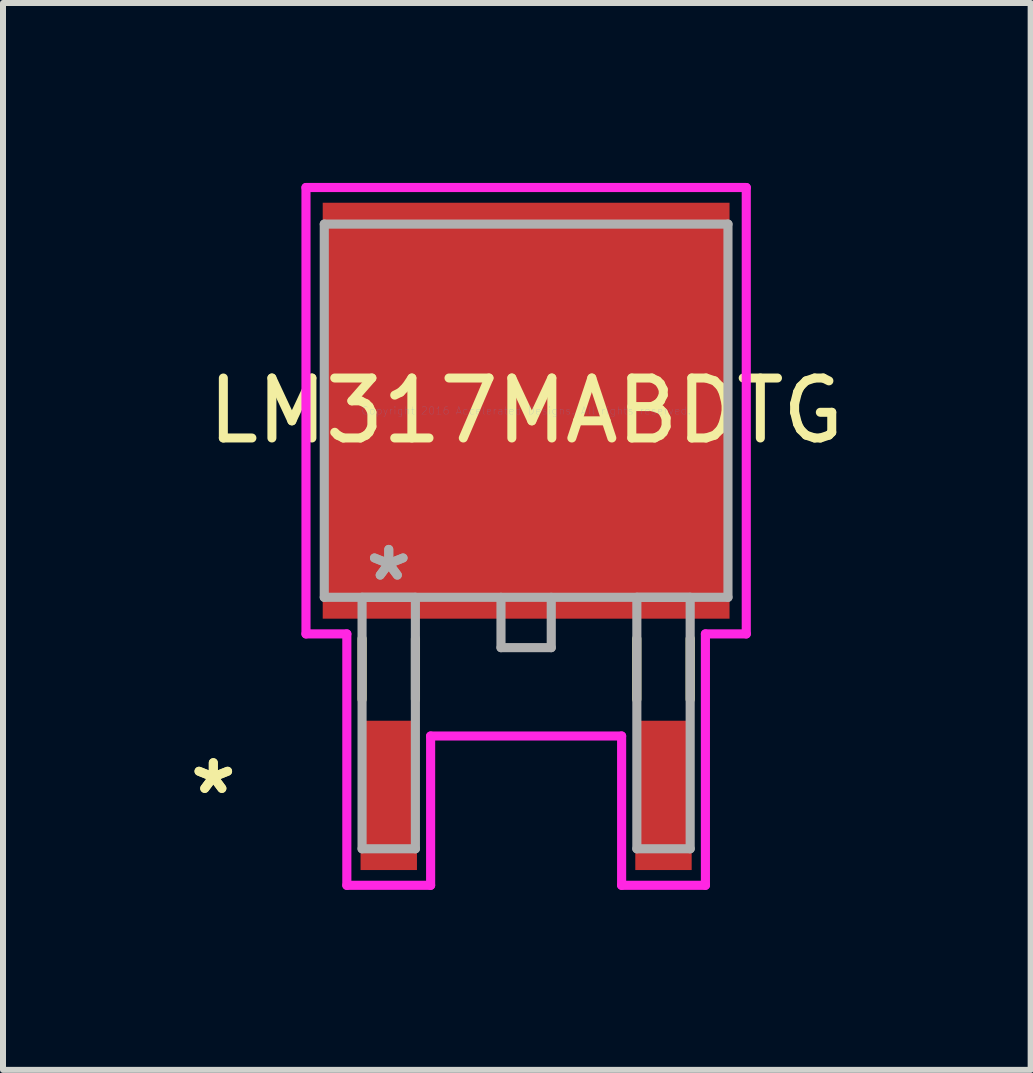
<source format=kicad_pcb>
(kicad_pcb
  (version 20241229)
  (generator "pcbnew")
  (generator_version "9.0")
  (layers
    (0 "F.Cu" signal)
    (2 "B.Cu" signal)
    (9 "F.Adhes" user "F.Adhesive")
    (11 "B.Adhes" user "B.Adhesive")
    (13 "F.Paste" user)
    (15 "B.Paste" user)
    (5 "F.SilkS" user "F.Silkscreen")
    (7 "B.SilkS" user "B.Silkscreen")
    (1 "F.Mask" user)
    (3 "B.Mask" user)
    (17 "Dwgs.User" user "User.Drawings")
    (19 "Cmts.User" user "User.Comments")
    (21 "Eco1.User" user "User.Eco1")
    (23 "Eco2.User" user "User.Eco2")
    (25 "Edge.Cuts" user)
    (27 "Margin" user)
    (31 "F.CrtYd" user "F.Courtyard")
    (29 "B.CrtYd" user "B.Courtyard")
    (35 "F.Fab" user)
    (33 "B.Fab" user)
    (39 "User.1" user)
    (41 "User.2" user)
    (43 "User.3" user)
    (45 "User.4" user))
  (footprint "LM317MABDTG"
    (layer "F.Cu")
    (at 5.721 3.797)
    (property "Reference" "LM317MABDTG" (at 0 0 0) (layer "F.SilkS") (effects (font (size 1 1) (thickness 0.15))))
    (attr through_hole)
    (fp_line (start -2.735 3.8) (end -2.735 4.813) (stroke (width 0.152) (type solid)) (layer "F.SilkS"))
    (fp_line (start -1.845 3.8) (end -1.845 4.813) (stroke (width 0.152) (type solid)) (layer "F.SilkS"))
    (fp_line (start 1.845 3.8) (end 1.845 4.813) (stroke (width 0.152) (type solid)) (layer "F.SilkS"))
    (fp_line (start 2.735 3.8) (end 2.735 4.813) (stroke (width 0.152) (type solid)) (layer "F.SilkS"))
    (fp_line (start -3.67 -3.721) (end 3.67 -3.721) (stroke (width 0.152) (type solid)) (layer "F.CrtYd"))
    (fp_line (start -3.67 3.721) (end -3.67 -3.721) (stroke (width 0.152) (type solid)) (layer "F.CrtYd"))
    (fp_line (start -2.989 3.721) (end -3.67 3.721) (stroke (width 0.152) (type solid)) (layer "F.CrtYd"))
    (fp_line (start -2.989 7.912) (end -2.989 3.721) (stroke (width 0.152) (type solid)) (layer "F.CrtYd"))
    (fp_line (start -1.592 5.423) (end -1.592 7.912) (stroke (width 0.152) (type solid)) (layer "F.CrtYd"))
    (fp_line (start -1.592 7.912) (end -2.989 7.912) (stroke (width 0.152) (type solid)) (layer "F.CrtYd"))
    (fp_line (start 1.592 5.423) (end -1.592 5.423) (stroke (width 0.152) (type solid)) (layer "F.CrtYd"))
    (fp_line (start 1.592 7.912) (end 1.592 5.423) (stroke (width 0.152) (type solid)) (layer "F.CrtYd"))
    (fp_line (start 2.989 3.721) (end 2.989 7.912) (stroke (width 0.152) (type solid)) (layer "F.CrtYd"))
    (fp_line (start 2.989 7.912) (end 1.592 7.912) (stroke (width 0.152) (type solid)) (layer "F.CrtYd"))
    (fp_line (start 3.67 -3.721) (end 3.67 3.721) (stroke (width 0.152) (type solid)) (layer "F.CrtYd"))
    (fp_line (start 3.67 3.721) (end 2.989 3.721) (stroke (width 0.152) (type solid)) (layer "F.CrtYd"))
    (fp_line (start -3.365 -3.111) (end -3.365 3.111) (stroke (width 0.152) (type solid)) (layer "F.Fab"))
    (fp_line (start -3.365 3.111) (end 3.365 3.111) (stroke (width 0.152) (type solid)) (layer "F.Fab"))
    (fp_line (start -2.735 3.111) (end -2.735 7.303) (stroke (width 0.152) (type solid)) (layer "F.Fab"))
    (fp_line (start -2.735 7.303) (end -1.846 7.303) (stroke (width 0.152) (type solid)) (layer "F.Fab"))
    (fp_line (start -1.846 3.111) (end -2.735 3.111) (stroke (width 0.152) (type solid)) (layer "F.Fab"))
    (fp_line (start -1.846 7.303) (end -1.846 3.111) (stroke (width 0.152) (type solid)) (layer "F.Fab"))
    (fp_line (start -0.419 3.111) (end -0.419 3.95) (stroke (width 0.152) (type solid)) (layer "F.Fab"))
    (fp_line (start -0.419 3.95) (end 0.419 3.95) (stroke (width 0.152) (type solid)) (layer "F.Fab"))
    (fp_line (start 0.419 3.95) (end 0.419 3.111) (stroke (width 0.152) (type solid)) (layer "F.Fab"))
    (fp_line (start 1.846 3.111) (end 1.846 7.303) (stroke (width 0.152) (type solid)) (layer "F.Fab"))
    (fp_line (start 1.846 7.303) (end 2.735 7.303) (stroke (width 0.152) (type solid)) (layer "F.Fab"))
    (fp_line (start 2.735 3.111) (end 1.846 3.111) (stroke (width 0.152) (type solid)) (layer "F.Fab"))
    (fp_line (start 2.735 7.303) (end 2.735 3.111) (stroke (width 0.152) (type solid)) (layer "F.Fab"))
    (fp_line (start 3.365 -3.111) (end -3.365 -3.111) (stroke (width 0.152) (type solid)) (layer "F.Fab"))
    (fp_line (start 3.365 3.111) (end 3.365 -3.111) (stroke (width 0.152) (type solid)) (layer "F.Fab"))
    (fp_text user "*" (at -5.215 6.413 0) (layer "F.SilkS") (effects (font (size 1 1) (thickness 0.15))))
    (fp_text user "*" (at -5.215 6.413 0) (layer "F.SilkS") (effects (font (size 1 1) (thickness 0.15))))
    (fp_text user "Copyright 2016 Accelerated Designs. All rights reserved." (at 0 0 0) (layer "Cmts.User") (effects (font (size 0.127 0.127) (thickness 0.002))))
    (fp_text user "*" (at -2.29 2.857 0) (layer "F.Fab") (effects (font (size 1 1) (thickness 0.15))))
    (fp_text user "*" (at -2.29 2.857 0) (layer "F.Fab") (effects (font (size 1 1) (thickness 0.15))))
    (pad "1" smd rect (at -2.29 6.413) (size 0.94 2.489) (layers "F.Cu" "F.Mask" "F.Paste"))
    (pad "2" smd rect (at 0 0) (size 6.782 6.934) (layers "F.Cu" "F.Mask" "F.Paste"))
    (pad "3" smd rect (at 2.29 6.413) (size 0.94 2.489) (layers "F.Cu" "F.Mask" "F.Paste")))
  (gr_rect
    (start -3 -3)
    (end 14.132 14.786)
    (stroke (width 0.1) (type default))
    (fill no)
    (layer "Edge.Cuts")))
</source>
